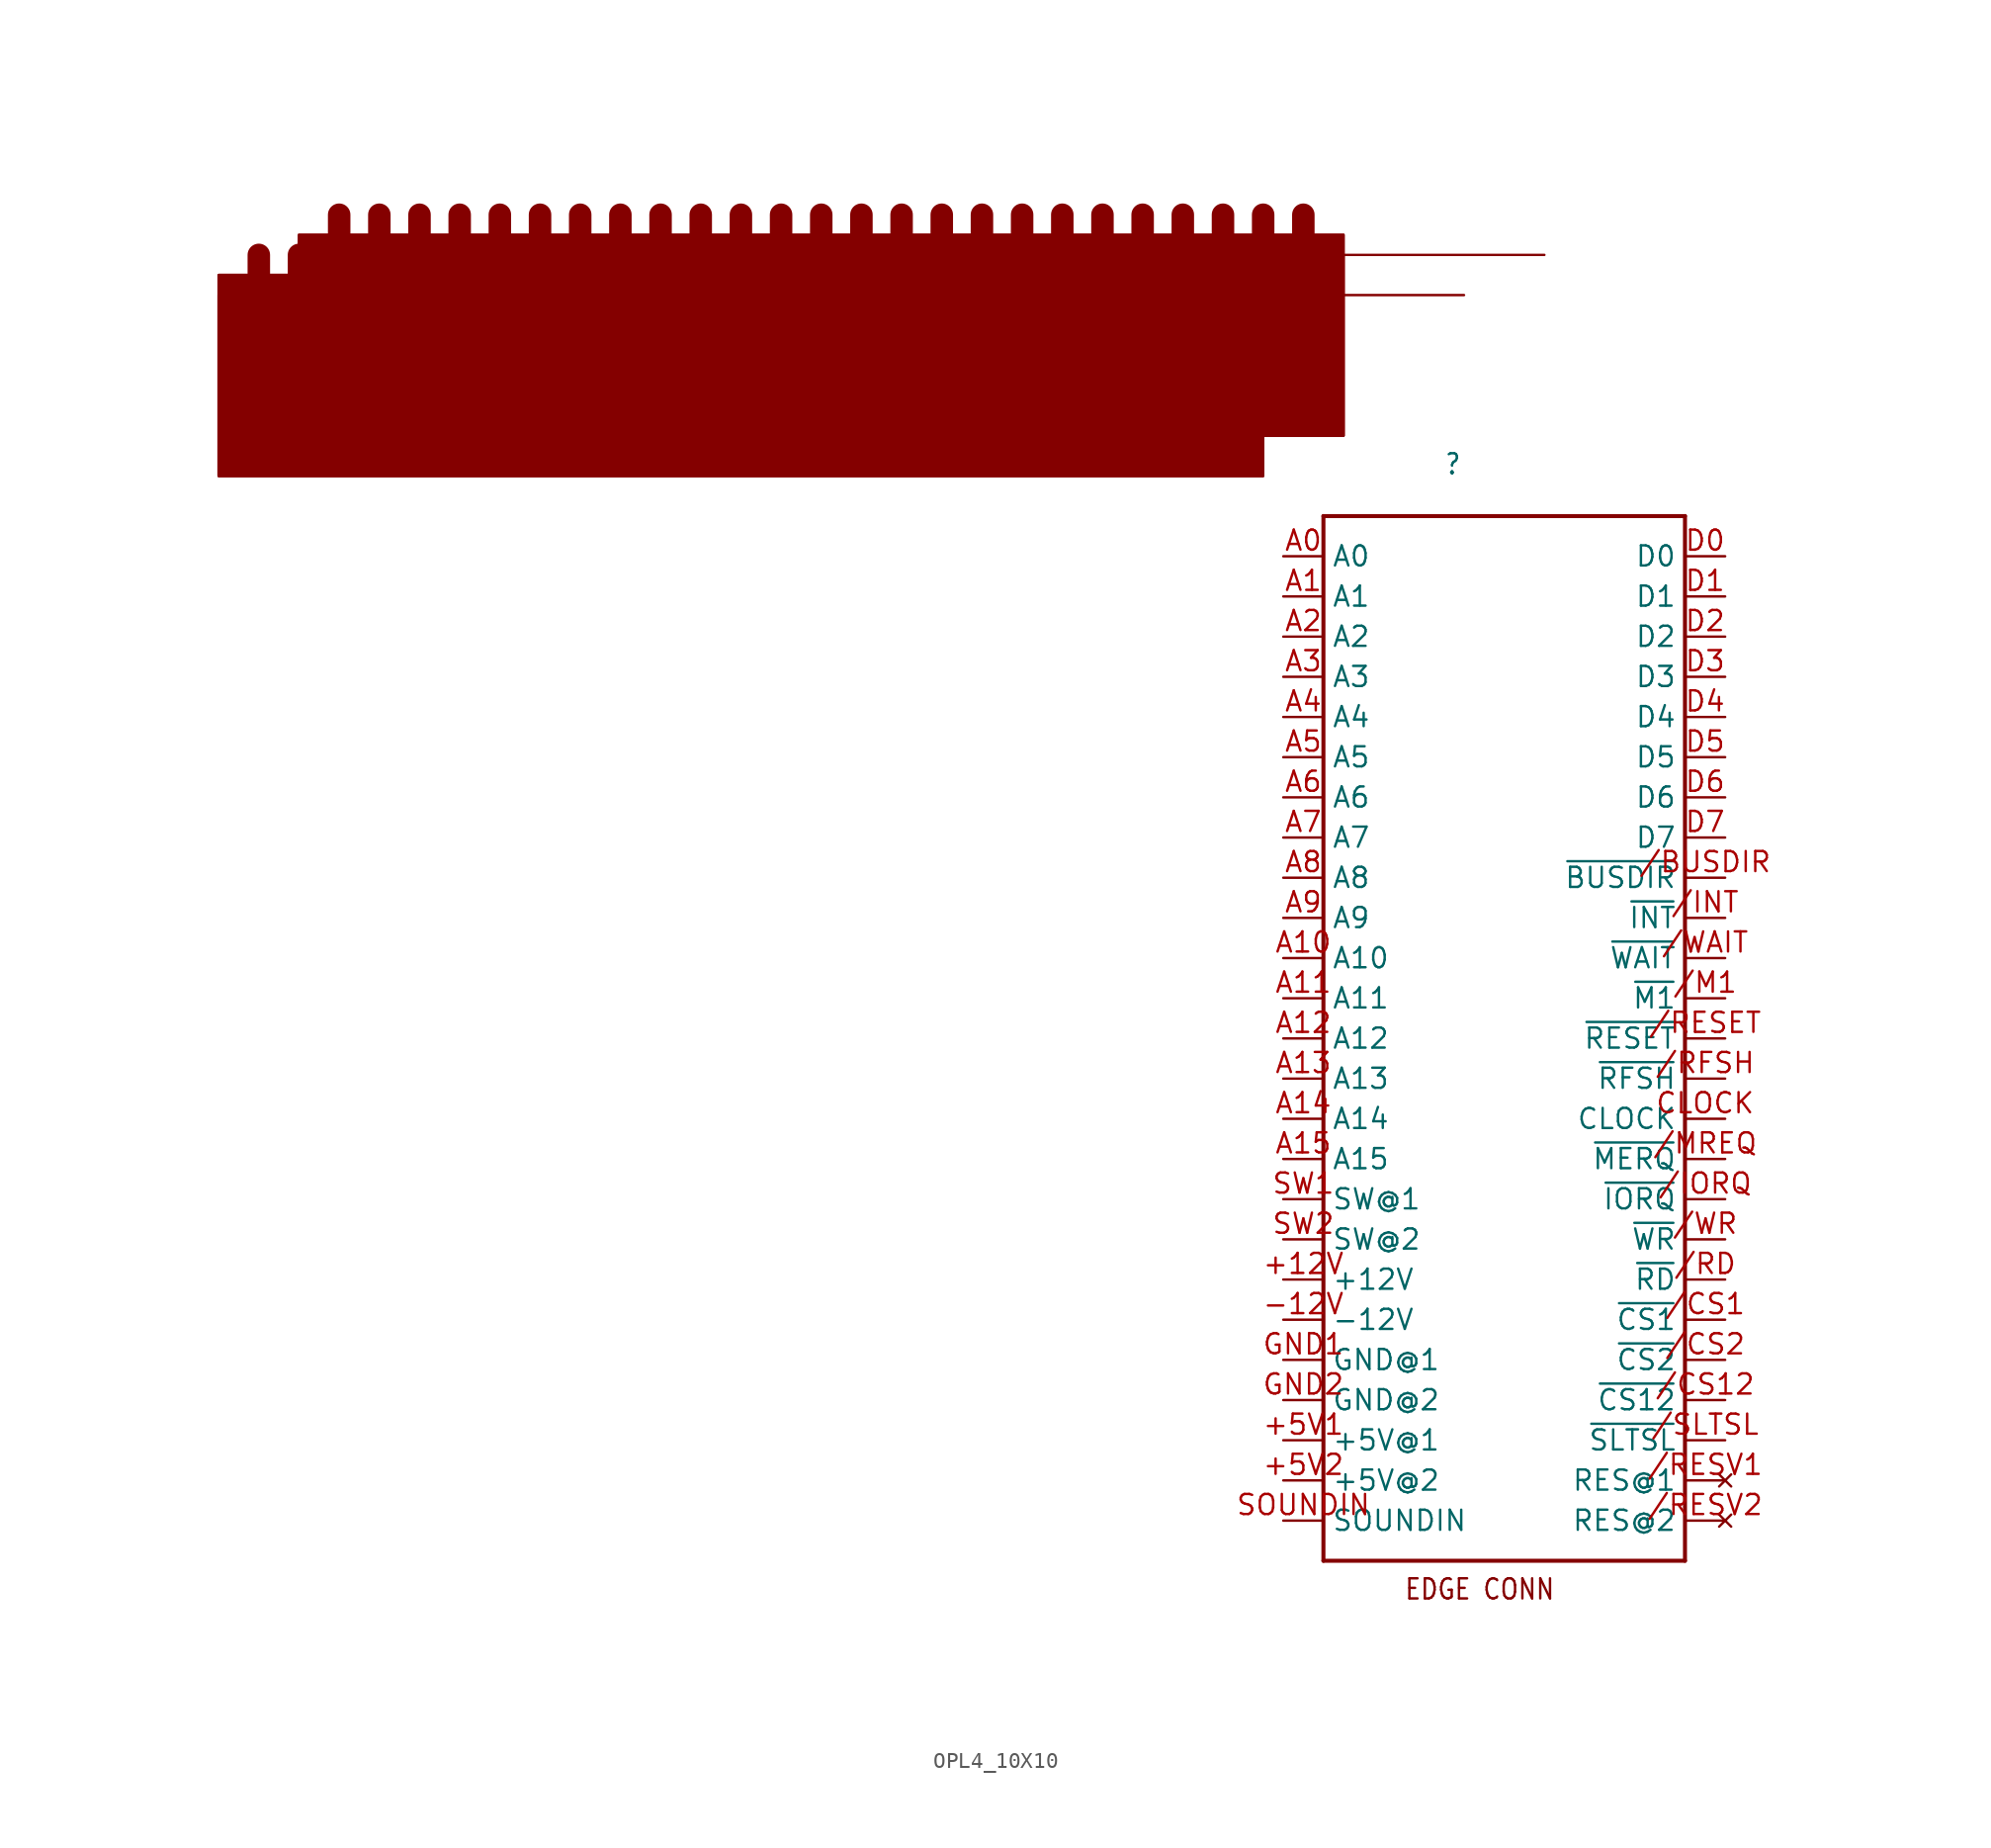
<source format=kicad_sym>
(kicad_symbol_lib
  (version 20220914)
  (generator kicad_symbol_editor)
  (symbol "OPL4_10X10"
    (property "Reference" ""
      (at -3.81 43.18 0)
      (effects (font (size 1.27 1.079)) (justify left bottom)))
    (property "ki_locked" ""
      (at 0 0 0)
      (effects (font (size 1.27 1.27))))
    (symbol "OPL4_10X10_1_0"
      (rectangle (start -81.28 43.18) (end -15.24 55.88) (stroke (width 0) (type default)) (fill (type outline)))
      (rectangle (start -81.28 43.18) (end -15.24 55.88) (stroke (width 0) (type default)) (fill (type outline)))
      (rectangle (start -76.2 45.72) (end -10.16 58.42) (stroke (width 0) (type default)) (fill (type outline)))
      (rectangle (start -76.2 45.72) (end -10.16 58.42) (stroke (width 0) (type default)) (fill (type outline)))
      (polyline (pts (xy -78.74 44.45) (xy -78.74 57.15)) (stroke (width 1.422) (type default)) (fill (type none)))
      (polyline (pts (xy -76.2 44.45) (xy -76.2 57.15)) (stroke (width 1.422) (type default)) (fill (type none)))
      (polyline (pts (xy -73.66 44.45) (xy -73.66 57.15)) (stroke (width 1.422) (type default)) (fill (type none)))
      (polyline (pts (xy -73.66 46.99) (xy -73.66 59.69)) (stroke (width 1.422) (type default)) (fill (type none)))
      (polyline (pts (xy -71.12 44.45) (xy -71.12 57.15)) (stroke (width 1.422) (type default)) (fill (type none)))
      (polyline (pts (xy -71.12 46.99) (xy -71.12 59.69)) (stroke (width 1.422) (type default)) (fill (type none)))
      (polyline (pts (xy -68.58 44.45) (xy -68.58 57.15)) (stroke (width 1.422) (type default)) (fill (type none)))
      (polyline (pts (xy -68.58 46.99) (xy -68.58 59.69)) (stroke (width 1.422) (type default)) (fill (type none)))
      (polyline (pts (xy -66.04 44.45) (xy -66.04 57.15)) (stroke (width 1.422) (type default)) (fill (type none)))
      (polyline (pts (xy -66.04 46.99) (xy -66.04 59.69)) (stroke (width 1.422) (type default)) (fill (type none)))
      (polyline (pts (xy -63.5 44.45) (xy -63.5 57.15)) (stroke (width 1.422) (type default)) (fill (type none)))
      (polyline (pts (xy -63.5 46.99) (xy -63.5 59.69)) (stroke (width 1.422) (type default)) (fill (type none)))
      (polyline (pts (xy -60.96 44.45) (xy -60.96 57.15)) (stroke (width 1.422) (type default)) (fill (type none)))
      (polyline (pts (xy -60.96 46.99) (xy -60.96 59.69)) (stroke (width 1.422) (type default)) (fill (type none)))
      (polyline (pts (xy -58.42 44.45) (xy -58.42 57.15)) (stroke (width 1.422) (type default)) (fill (type none)))
      (polyline (pts (xy -58.42 46.99) (xy -58.42 59.69)) (stroke (width 1.422) (type default)) (fill (type none)))
      (polyline (pts (xy -55.88 44.45) (xy -55.88 57.15)) (stroke (width 1.422) (type default)) (fill (type none)))
      (polyline (pts (xy -55.88 46.99) (xy -55.88 59.69)) (stroke (width 1.422) (type default)) (fill (type none)))
      (polyline (pts (xy -53.34 44.45) (xy -53.34 57.15)) (stroke (width 1.422) (type default)) (fill (type none)))
      (polyline (pts (xy -53.34 46.99) (xy -53.34 59.69)) (stroke (width 1.422) (type default)) (fill (type none)))
      (polyline (pts (xy -50.8 44.45) (xy -50.8 57.15)) (stroke (width 1.422) (type default)) (fill (type none)))
      (polyline (pts (xy -50.8 46.99) (xy -50.8 59.69)) (stroke (width 1.422) (type default)) (fill (type none)))
      (polyline (pts (xy -48.26 44.45) (xy -48.26 57.15)) (stroke (width 1.422) (type default)) (fill (type none)))
      (polyline (pts (xy -48.26 46.99) (xy -48.26 59.69)) (stroke (width 1.422) (type default)) (fill (type none)))
      (polyline (pts (xy -45.72 44.45) (xy -45.72 57.15)) (stroke (width 1.422) (type default)) (fill (type none)))
      (polyline (pts (xy -45.72 46.99) (xy -45.72 59.69)) (stroke (width 1.422) (type default)) (fill (type none)))
      (polyline (pts (xy -43.18 44.45) (xy -43.18 57.15)) (stroke (width 1.422) (type default)) (fill (type none)))
      (polyline (pts (xy -43.18 46.99) (xy -43.18 59.69)) (stroke (width 1.422) (type default)) (fill (type none)))
      (polyline (pts (xy -40.64 44.45) (xy -40.64 57.15)) (stroke (width 1.422) (type default)) (fill (type none)))
      (polyline (pts (xy -40.64 46.99) (xy -40.64 59.69)) (stroke (width 1.422) (type default)) (fill (type none)))
      (polyline (pts (xy -38.1 44.45) (xy -38.1 57.15)) (stroke (width 1.422) (type default)) (fill (type none)))
      (polyline (pts (xy -38.1 46.99) (xy -38.1 59.69)) (stroke (width 1.422) (type default)) (fill (type none)))
      (polyline (pts (xy -35.56 44.45) (xy -35.56 57.15)) (stroke (width 1.422) (type default)) (fill (type none)))
      (polyline (pts (xy -35.56 46.99) (xy -35.56 59.69)) (stroke (width 1.422) (type default)) (fill (type none)))
      (polyline (pts (xy -33.02 44.45) (xy -33.02 57.15)) (stroke (width 1.422) (type default)) (fill (type none)))
      (polyline (pts (xy -33.02 46.99) (xy -33.02 59.69)) (stroke (width 1.422) (type default)) (fill (type none)))
      (polyline (pts (xy -30.48 44.45) (xy -30.48 57.15)) (stroke (width 1.422) (type default)) (fill (type none)))
      (polyline (pts (xy -30.48 46.99) (xy -30.48 59.69)) (stroke (width 1.422) (type default)) (fill (type none)))
      (polyline (pts (xy -27.94 44.45) (xy -27.94 57.15)) (stroke (width 1.422) (type default)) (fill (type none)))
      (polyline (pts (xy -27.94 46.99) (xy -27.94 59.69)) (stroke (width 1.422) (type default)) (fill (type none)))
      (polyline (pts (xy -25.4 44.45) (xy -25.4 57.15)) (stroke (width 1.422) (type default)) (fill (type none)))
      (polyline (pts (xy -25.4 46.99) (xy -25.4 59.69)) (stroke (width 1.422) (type default)) (fill (type none)))
      (polyline (pts (xy -22.86 44.45) (xy -22.86 57.15)) (stroke (width 1.422) (type default)) (fill (type none)))
      (polyline (pts (xy -22.86 46.99) (xy -22.86 59.69)) (stroke (width 1.422) (type default)) (fill (type none)))
      (polyline (pts (xy -20.32 44.45) (xy -20.32 57.15)) (stroke (width 1.422) (type default)) (fill (type none)))
      (polyline (pts (xy -20.32 46.99) (xy -20.32 59.69)) (stroke (width 1.422) (type default)) (fill (type none)))
      (polyline (pts (xy -17.78 44.45) (xy -17.78 57.15)) (stroke (width 1.422) (type default)) (fill (type none)))
      (polyline (pts (xy -17.78 46.99) (xy -17.78 59.69)) (stroke (width 1.422) (type default)) (fill (type none)))
      (polyline (pts (xy -15.24 46.99) (xy -15.24 59.69)) (stroke (width 1.422) (type default)) (fill (type none)))
      (polyline (pts (xy -12.7 46.99) (xy -12.7 59.69)) (stroke (width 1.422) (type default)) (fill (type none)))
      (polyline (pts (xy -11.43 -25.4) (xy -11.43 40.64)) (stroke (width 0.254) (type default)) (fill (type none)))
      (polyline (pts (xy -11.43 40.64) (xy 11.43 40.64)) (stroke (width 0.254) (type default)) (fill (type none)))
      (polyline (pts (xy 11.43 -25.4) (xy -11.43 -25.4)) (stroke (width 0.254) (type default)) (fill (type none)))
      (polyline (pts (xy 11.43 40.64) (xy 11.43 -25.4)) (stroke (width 0.254) (type default)) (fill (type none)))
      (polyline (pts (xy -2.54 54.61) (xy -15.24 54.61) (xy -15.24 43.18) (xy -81.28 43.18) (xy -81.28 54.61)) (stroke (width 0) (type default)) (fill (type outline)))
      (polyline (pts (xy 2.54 57.15) (xy -10.16 57.15) (xy -10.16 45.72) (xy -76.2 45.72) (xy -76.2 57.15)) (stroke (width 0) (type default)) (fill (type outline)))
      (text "EDGE CONN" (at -6.35 -27.94 0) (effects (font (size 1.27 1.079)) (justify left bottom)))
      (pin power_in line (at -13.97 -7.62 0) (length 2.54) (name "+12V" (effects (font (size 1.27 1.27)))) (number "+12V" (effects (font (size 1.27 1.27)))))
      (pin power_in line (at -13.97 -17.78 0) (length 2.54) (name "+5V@1" (effects (font (size 1.27 1.27)))) (number "+5V1" (effects (font (size 1.27 1.27)))))
      (pin power_in line (at -13.97 -20.32 0) (length 2.54) (name "+5V@2" (effects (font (size 1.27 1.27)))) (number "+5V2" (effects (font (size 1.27 1.27)))))
      (pin power_in line (at -13.97 -10.16 0) (length 2.54) (name "-12V" (effects (font (size 1.27 1.27)))) (number "-12V" (effects (font (size 1.27 1.27)))))
      (pin input line (at 13.97 17.78 180) (length 2.54) (name "~{BUSDIR}" (effects (font (size 1.27 1.27)))) (number "/BUSDIR" (effects (font (size 1.27 1.27)))))
      (pin output line (at 13.97 -10.16 180) (length 2.54) (name "~{CS1}" (effects (font (size 1.27 1.27)))) (number "/CS1" (effects (font (size 1.27 1.27)))))
      (pin output line (at 13.97 -15.24 180) (length 2.54) (name "~{CS12}" (effects (font (size 1.27 1.27)))) (number "/CS12" (effects (font (size 1.27 1.27)))))
      (pin output line (at 13.97 -12.7 180) (length 2.54) (name "~{CS2}" (effects (font (size 1.27 1.27)))) (number "/CS2" (effects (font (size 1.27 1.27)))))
      (pin open_collector line (at 13.97 15.24 180) (length 2.54) (name "~{INT}" (effects (font (size 1.27 1.27)))) (number "/INT" (effects (font (size 1.27 1.27)))))
      (pin output line (at 13.97 -2.54 180) (length 2.54) (name "~{IORQ}" (effects (font (size 1.27 1.27)))) (number "/IORQ" (effects (font (size 1.27 1.27)))))
      (pin output line (at 13.97 10.16 180) (length 2.54) (name "~{M1}" (effects (font (size 1.27 1.27)))) (number "/M1" (effects (font (size 1.27 1.27)))))
      (pin output line (at 13.97 0 180) (length 2.54) (name "~{MERQ}" (effects (font (size 1.27 1.27)))) (number "/MREQ" (effects (font (size 1.27 1.27)))))
      (pin output line (at 13.97 -7.62 180) (length 2.54) (name "~{RD}" (effects (font (size 1.27 1.27)))) (number "/RD" (effects (font (size 1.27 1.27)))))
      (pin output line (at 13.97 7.62 180) (length 2.54) (name "~{RESET}" (effects (font (size 1.27 1.27)))) (number "/RESET" (effects (font (size 1.27 1.27)))))
      (pin no_connect line (at 13.97 -20.32 180) (length 2.54) (name "RES@1" (effects (font (size 1.27 1.27)))) (number "/RESV1" (effects (font (size 1.27 1.27)))))
      (pin no_connect line (at 13.97 -22.86 180) (length 2.54) (name "RES@2" (effects (font (size 1.27 1.27)))) (number "/RESV2" (effects (font (size 1.27 1.27)))))
      (pin output line (at 13.97 5.08 180) (length 2.54) (name "~{RFSH}" (effects (font (size 1.27 1.27)))) (number "/RFSH" (effects (font (size 1.27 1.27)))))
      (pin output line (at 13.97 -17.78 180) (length 2.54) (name "~{SLTSL}" (effects (font (size 1.27 1.27)))) (number "/SLTSL" (effects (font (size 1.27 1.27)))))
      (pin open_collector line (at 13.97 12.7 180) (length 2.54) (name "~{WAIT}" (effects (font (size 1.27 1.27)))) (number "/WAIT" (effects (font (size 1.27 1.27)))))
      (pin output line (at 13.97 -5.08 180) (length 2.54) (name "~{WR}" (effects (font (size 1.27 1.27)))) (number "/WR" (effects (font (size 1.27 1.27)))))
      (pin output line (at -13.97 38.1 0) (length 2.54) (name "A0" (effects (font (size 1.27 1.27)))) (number "A0" (effects (font (size 1.27 1.27)))))
      (pin output line (at -13.97 35.56 0) (length 2.54) (name "A1" (effects (font (size 1.27 1.27)))) (number "A1" (effects (font (size 1.27 1.27)))))
      (pin output line (at -13.97 12.7 0) (length 2.54) (name "A10" (effects (font (size 1.27 1.27)))) (number "A10" (effects (font (size 1.27 1.27)))))
      (pin output line (at -13.97 10.16 0) (length 2.54) (name "A11" (effects (font (size 1.27 1.27)))) (number "A11" (effects (font (size 1.27 1.27)))))
      (pin output line (at -13.97 7.62 0) (length 2.54) (name "A12" (effects (font (size 1.27 1.27)))) (number "A12" (effects (font (size 1.27 1.27)))))
      (pin output line (at -13.97 5.08 0) (length 2.54) (name "A13" (effects (font (size 1.27 1.27)))) (number "A13" (effects (font (size 1.27 1.27)))))
      (pin output line (at -13.97 2.54 0) (length 2.54) (name "A14" (effects (font (size 1.27 1.27)))) (number "A14" (effects (font (size 1.27 1.27)))))
      (pin output line (at -13.97 0 0) (length 2.54) (name "A15" (effects (font (size 1.27 1.27)))) (number "A15" (effects (font (size 1.27 1.27)))))
      (pin output line (at -13.97 33.02 0) (length 2.54) (name "A2" (effects (font (size 1.27 1.27)))) (number "A2" (effects (font (size 1.27 1.27)))))
      (pin output line (at -13.97 30.48 0) (length 2.54) (name "A3" (effects (font (size 1.27 1.27)))) (number "A3" (effects (font (size 1.27 1.27)))))
      (pin output line (at -13.97 27.94 0) (length 2.54) (name "A4" (effects (font (size 1.27 1.27)))) (number "A4" (effects (font (size 1.27 1.27)))))
      (pin output line (at -13.97 25.4 0) (length 2.54) (name "A5" (effects (font (size 1.27 1.27)))) (number "A5" (effects (font (size 1.27 1.27)))))
      (pin output line (at -13.97 22.86 0) (length 2.54) (name "A6" (effects (font (size 1.27 1.27)))) (number "A6" (effects (font (size 1.27 1.27)))))
      (pin output line (at -13.97 20.32 0) (length 2.54) (name "A7" (effects (font (size 1.27 1.27)))) (number "A7" (effects (font (size 1.27 1.27)))))
      (pin output line (at -13.97 17.78 0) (length 2.54) (name "A8" (effects (font (size 1.27 1.27)))) (number "A8" (effects (font (size 1.27 1.27)))))
      (pin output line (at -13.97 15.24 0) (length 2.54) (name "A9" (effects (font (size 1.27 1.27)))) (number "A9" (effects (font (size 1.27 1.27)))))
      (pin output line (at 13.97 2.54 180) (length 2.54) (name "CLOCK" (effects (font (size 1.27 1.27)))) (number "CLOCK" (effects (font (size 1.27 1.27)))))
      (pin bidirectional line (at 13.97 38.1 180) (length 2.54) (name "D0" (effects (font (size 1.27 1.27)))) (number "D0" (effects (font (size 1.27 1.27)))))
      (pin bidirectional line (at 13.97 35.56 180) (length 2.54) (name "D1" (effects (font (size 1.27 1.27)))) (number "D1" (effects (font (size 1.27 1.27)))))
      (pin bidirectional line (at 13.97 33.02 180) (length 2.54) (name "D2" (effects (font (size 1.27 1.27)))) (number "D2" (effects (font (size 1.27 1.27)))))
      (pin bidirectional line (at 13.97 30.48 180) (length 2.54) (name "D3" (effects (font (size 1.27 1.27)))) (number "D3" (effects (font (size 1.27 1.27)))))
      (pin bidirectional line (at 13.97 27.94 180) (length 2.54) (name "D4" (effects (font (size 1.27 1.27)))) (number "D4" (effects (font (size 1.27 1.27)))))
      (pin bidirectional line (at 13.97 25.4 180) (length 2.54) (name "D5" (effects (font (size 1.27 1.27)))) (number "D5" (effects (font (size 1.27 1.27)))))
      (pin bidirectional line (at 13.97 22.86 180) (length 2.54) (name "D6" (effects (font (size 1.27 1.27)))) (number "D6" (effects (font (size 1.27 1.27)))))
      (pin bidirectional line (at 13.97 20.32 180) (length 2.54) (name "D7" (effects (font (size 1.27 1.27)))) (number "D7" (effects (font (size 1.27 1.27)))))
      (pin power_in line (at -13.97 -12.7 0) (length 2.54) (name "GND@1" (effects (font (size 1.27 1.27)))) (number "GND1" (effects (font (size 1.27 1.27)))))
      (pin power_in line (at -13.97 -15.24 0) (length 2.54) (name "GND@2" (effects (font (size 1.27 1.27)))) (number "GND2" (effects (font (size 1.27 1.27)))))
      (pin passive line (at -13.97 -22.86 0) (length 2.54) (name "SOUNDIN" (effects (font (size 1.27 1.27)))) (number "SOUNDIN" (effects (font (size 1.27 1.27)))))
      (pin passive line (at -13.97 -2.54 0) (length 2.54) (name "SW@1" (effects (font (size 1.27 1.27)))) (number "SW1" (effects (font (size 1.27 1.27)))))
      (pin passive line (at -13.97 -5.08 0) (length 2.54) (name "SW@2" (effects (font (size 1.27 1.27)))) (number "SW2" (effects (font (size 1.27 1.27))))))))
</source>
